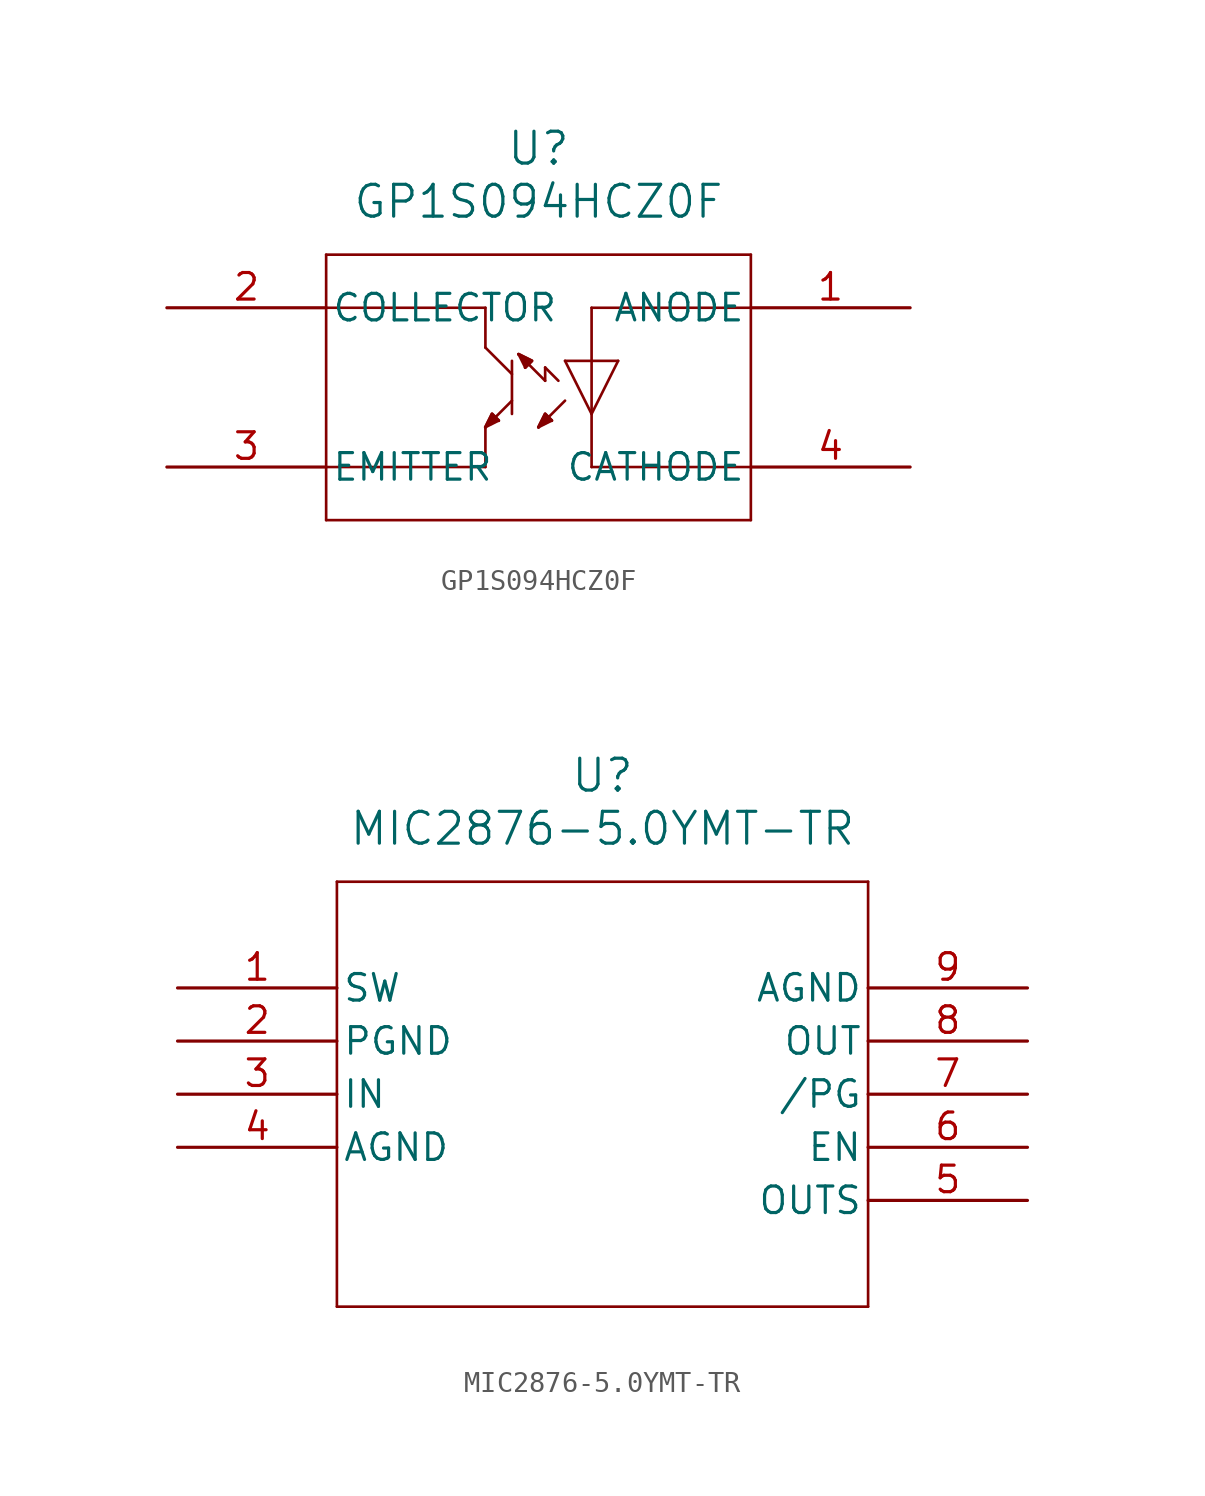
<source format=kicad_sym>
(kicad_symbol_lib
  (version 20220914)
  (generator kicad_symbol_editor)
  (symbol "GP1S094HCZ0F"
    (pin_names
      (offset 0.254))
    (property "Reference" "U"
      (at -17.78 7.62 0)
      (effects (font (size 1.524 1.524))))
    (property "Value" "GP1S094HCZ0F"
      (at -17.78 5.08 0)
      (effects (font (size 1.524 1.524))))
    (property "ki_locked" ""
      (at 0 0 0)
      (effects (font (size 1.27 1.27))))
    (symbol "GP1S094HCZ0F_0_1"
      (polyline (pts (xy -27.94 -10.16) (xy -7.62 -10.16)) (stroke (width 0.127) (type default)) (fill (type none)))
      (polyline (pts (xy -27.94 0) (xy -20.32 0)) (stroke (width 0.127) (type default)) (fill (type none)))
      (polyline (pts (xy -27.94 2.54) (xy -27.94 -10.16)) (stroke (width 0.127) (type default)) (fill (type none)))
      (polyline (pts (xy -20.32 -7.62) (xy -27.94 -7.62)) (stroke (width 0.127) (type default)) (fill (type none)))
      (polyline (pts (xy -20.32 -5.715) (xy -20.32 -7.62)) (stroke (width 0.127) (type default)) (fill (type none)))
      (polyline (pts (xy -20.32 -5.715) (xy -20.003 -5.08)) (stroke (width 0.127) (type default)) (fill (type none)))
      (polyline (pts (xy -20.32 -5.715) (xy -19.685 -5.397)) (stroke (width 0.127) (type default)) (fill (type none)))
      (polyline (pts (xy -20.32 -1.905) (xy -20.32 0)) (stroke (width 0.127) (type default)) (fill (type none)))
      (polyline (pts (xy -20.003 -5.08) (xy -19.685 -5.397)) (stroke (width 0.127) (type default)) (fill (type none)))
      (polyline (pts (xy -19.05 -4.445) (xy -20.32 -5.715)) (stroke (width 0.127) (type default)) (fill (type none)))
      (polyline (pts (xy -19.05 -3.175) (xy -20.32 -1.905)) (stroke (width 0.127) (type default)) (fill (type none)))
      (polyline (pts (xy -19.05 -2.54) (xy -19.05 -5.08)) (stroke (width 0.127) (type default)) (fill (type none)))
      (polyline (pts (xy -18.733 -2.223) (xy -18.415 -2.857)) (stroke (width 0.127) (type default)) (fill (type none)))
      (polyline (pts (xy -18.733 -2.223) (xy -18.098 -2.54)) (stroke (width 0.127) (type default)) (fill (type none)))
      (polyline (pts (xy -18.098 -2.54) (xy -18.415 -2.857)) (stroke (width 0.127) (type default)) (fill (type none)))
      (polyline (pts (xy -17.78 -5.715) (xy -17.462 -5.08)) (stroke (width 0.127) (type default)) (fill (type none)))
      (polyline (pts (xy -17.78 -5.715) (xy -17.145 -5.397)) (stroke (width 0.127) (type default)) (fill (type none)))
      (polyline (pts (xy -17.462 -5.08) (xy -17.145 -5.397)) (stroke (width 0.127) (type default)) (fill (type none)))
      (polyline (pts (xy -17.462 -3.493) (xy -18.733 -2.223)) (stroke (width 0.127) (type default)) (fill (type none)))
      (polyline (pts (xy -17.462 -3.493) (xy -17.462 -2.857)) (stroke (width 0.127) (type default)) (fill (type none)))
      (polyline (pts (xy -17.462 -2.857) (xy -16.828 -3.493)) (stroke (width 0.127) (type default)) (fill (type none)))
      (polyline (pts (xy -16.51 -4.445) (xy -17.78 -5.715)) (stroke (width 0.127) (type default)) (fill (type none)))
      (polyline (pts (xy -16.51 -2.54) (xy -13.97 -2.54)) (stroke (width 0.127) (type default)) (fill (type none)))
      (polyline (pts (xy -15.24 -5.08) (xy -16.51 -2.54)) (stroke (width 0.127) (type default)) (fill (type none)))
      (polyline (pts (xy -15.24 -5.08) (xy -13.97 -2.54)) (stroke (width 0.127) (type default)) (fill (type none)))
      (polyline (pts (xy -15.24 0) (xy -15.24 -7.62)) (stroke (width 0.127) (type default)) (fill (type none)))
      (polyline (pts (xy -15.24 0) (xy -7.62 0)) (stroke (width 0.127) (type default)) (fill (type none)))
      (polyline (pts (xy -7.62 -10.16) (xy -7.62 2.54)) (stroke (width 0.127) (type default)) (fill (type none)))
      (polyline (pts (xy -7.62 -7.62) (xy -15.24 -7.62)) (stroke (width 0.127) (type default)) (fill (type none)))
      (polyline (pts (xy -7.62 2.54) (xy -27.94 2.54)) (stroke (width 0.127) (type default)) (fill (type none)))
      (polyline (pts (xy -20.32 -5.715) (xy -20.003 -5.08) (xy -19.685 -5.397)) (stroke (width 0) (type default)) (fill (type outline)))
      (polyline (pts (xy -18.733 -2.223) (xy -18.098 -2.54) (xy -18.415 -2.857)) (stroke (width 0) (type default)) (fill (type outline)))
      (polyline (pts (xy -17.78 -5.715) (xy -17.462 -5.08) (xy -17.145 -5.397)) (stroke (width 0) (type default)) (fill (type outline)))
      (pin unspecified line (at 0 0 180) (length 7.62) (name "ANODE" (effects (font (size 1.27 1.27)))) (number "1" (effects (font (size 1.27 1.27)))))
      (pin unspecified line (at -35.56 0 0) (length 7.62) (name "COLLECTOR" (effects (font (size 1.27 1.27)))) (number "2" (effects (font (size 1.27 1.27)))))
      (pin unspecified line (at -35.56 -7.62 0) (length 7.62) (name "EMITTER" (effects (font (size 1.27 1.27)))) (number "3" (effects (font (size 1.27 1.27)))))
      (pin unspecified line (at 0 -7.62 180) (length 7.62) (name "CATHODE" (effects (font (size 1.27 1.27)))) (number "4" (effects (font (size 1.27 1.27)))))))
  (symbol "MIC2876-5.0YMT-TR"
    (pin_names
      (offset 0.254))
    (property "Reference" "U"
      (at 20.32 10.16 0)
      (effects (font (size 1.524 1.524))))
    (property "Value" "MIC2876-5.0YMT-TR"
      (at 20.32 7.62 0)
      (effects (font (size 1.524 1.524))))
    (property "ki_locked" ""
      (at 0 0 0)
      (effects (font (size 1.27 1.27))))
    (symbol "MIC2876-5.0YMT-TR_0_1"
      (polyline (pts (xy 7.62 -15.24) (xy 33.02 -15.24)) (stroke (width 0.127) (type default)) (fill (type none)))
      (polyline (pts (xy 7.62 5.08) (xy 7.62 -15.24)) (stroke (width 0.127) (type default)) (fill (type none)))
      (polyline (pts (xy 33.02 -15.24) (xy 33.02 5.08)) (stroke (width 0.127) (type default)) (fill (type none)))
      (polyline (pts (xy 33.02 5.08) (xy 7.62 5.08)) (stroke (width 0.127) (type default)) (fill (type none)))
      (pin power_in line (at 0 0 0) (length 7.62) (name "SW" (effects (font (size 1.27 1.27)))) (number "1" (effects (font (size 1.27 1.27)))))
      (pin power_out line (at 0 -2.54 0) (length 7.62) (name "PGND" (effects (font (size 1.27 1.27)))) (number "2" (effects (font (size 1.27 1.27)))))
      (pin power_in line (at 0 -5.08 0) (length 7.62) (name "IN" (effects (font (size 1.27 1.27)))) (number "3" (effects (font (size 1.27 1.27)))))
      (pin power_out line (at 0 -7.62 0) (length 7.62) (name "AGND" (effects (font (size 1.27 1.27)))) (number "4" (effects (font (size 1.27 1.27)))))
      (pin unspecified line (at 40.64 -10.16 180) (length 7.62) (name "OUTS" (effects (font (size 1.27 1.27)))) (number "5" (effects (font (size 1.27 1.27)))))
      (pin input line (at 40.64 -7.62 180) (length 7.62) (name "EN" (effects (font (size 1.27 1.27)))) (number "6" (effects (font (size 1.27 1.27)))))
      (pin output line (at 40.64 -5.08 180) (length 7.62) (name "/PG" (effects (font (size 1.27 1.27)))) (number "7" (effects (font (size 1.27 1.27)))))
      (pin power_in line (at 40.64 -2.54 180) (length 7.62) (name "OUT" (effects (font (size 1.27 1.27)))) (number "8" (effects (font (size 1.27 1.27)))))
      (pin power_out line (at 40.64 0 180) (length 7.62) (name "AGND" (effects (font (size 1.27 1.27)))) (number "9" (effects (font (size 1.27 1.27))))))))
</source>
